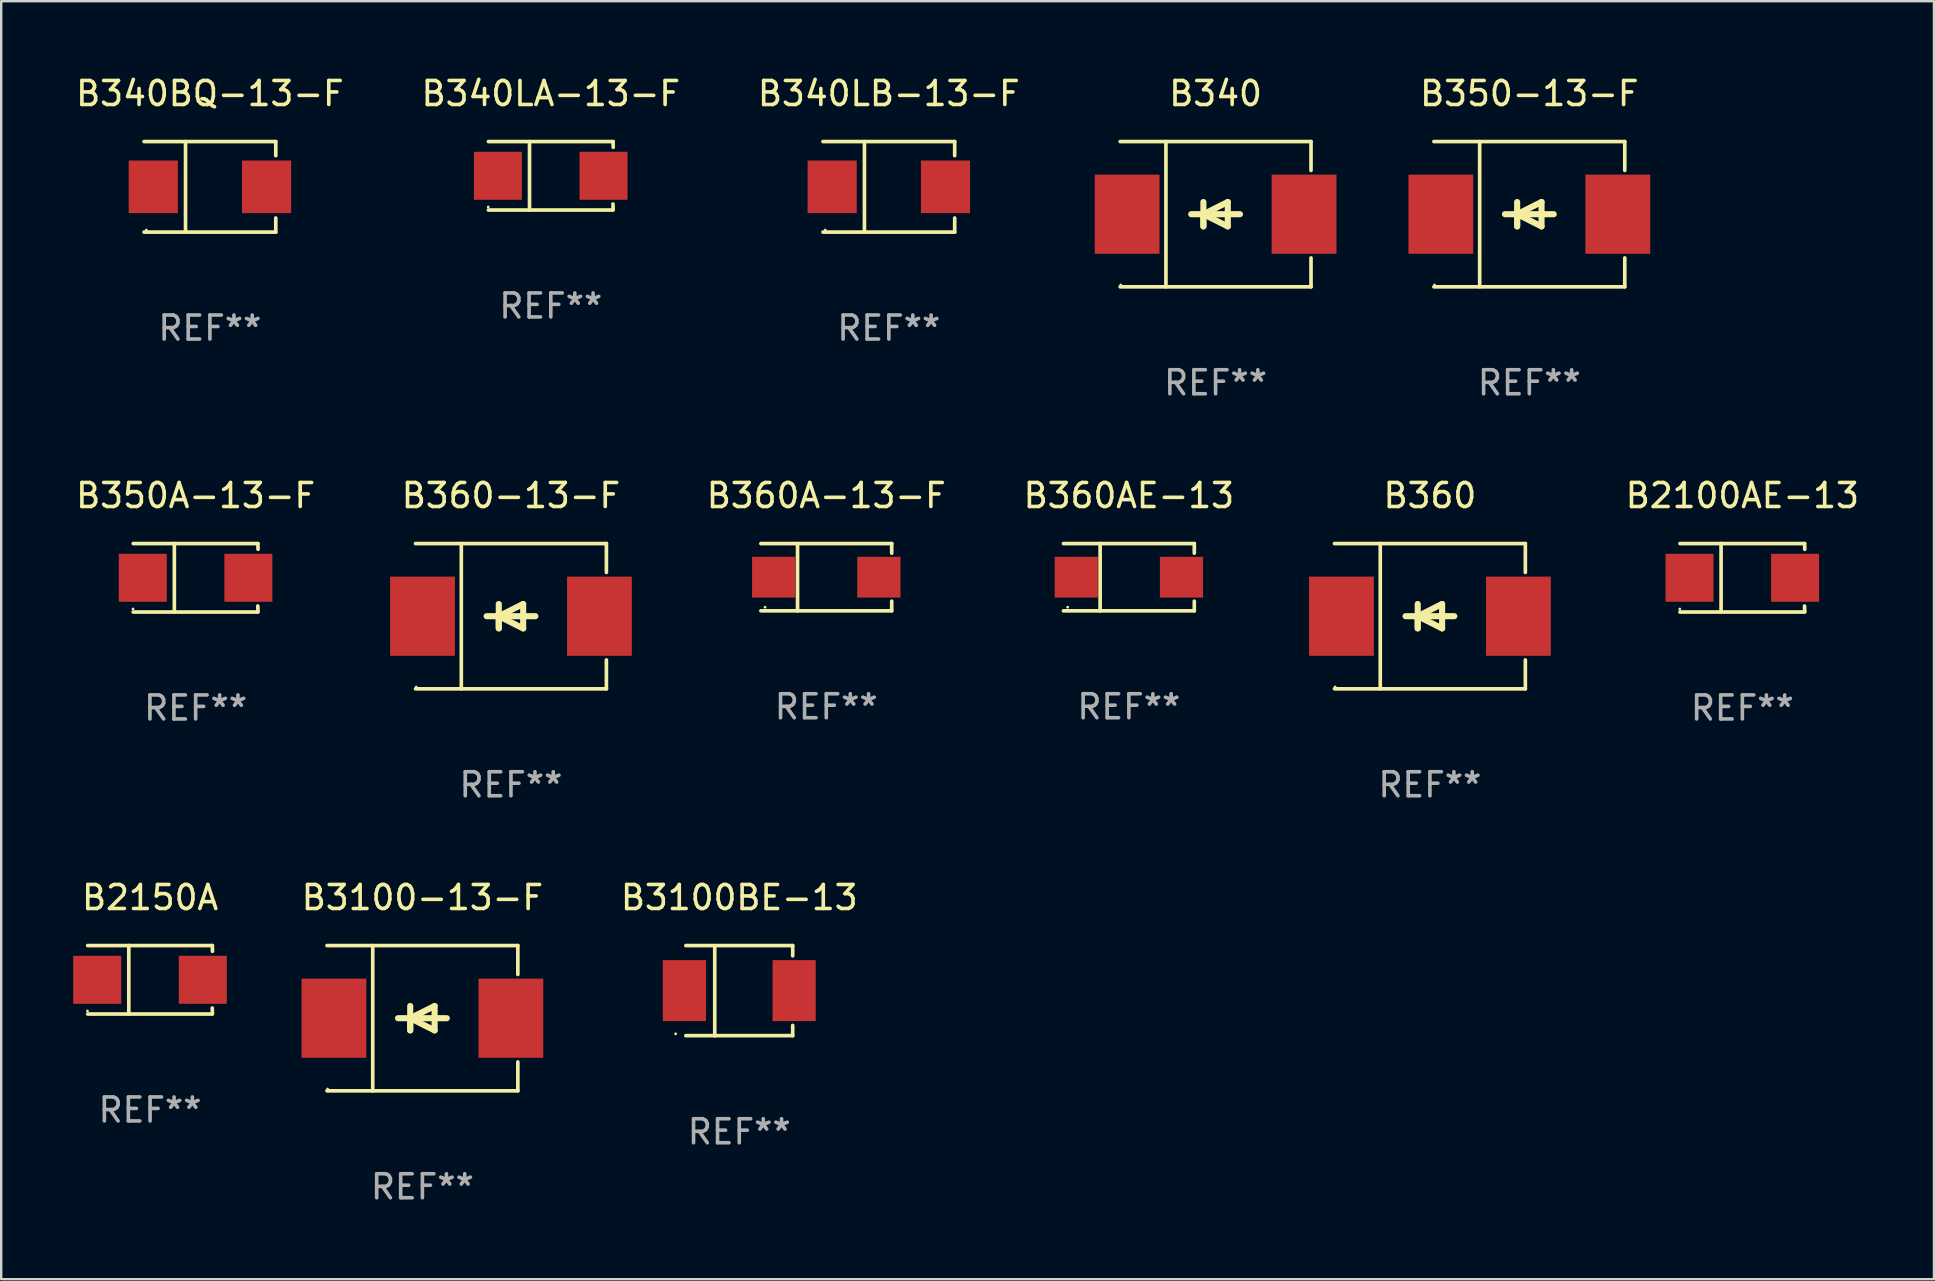
<source format=kicad_pcb>
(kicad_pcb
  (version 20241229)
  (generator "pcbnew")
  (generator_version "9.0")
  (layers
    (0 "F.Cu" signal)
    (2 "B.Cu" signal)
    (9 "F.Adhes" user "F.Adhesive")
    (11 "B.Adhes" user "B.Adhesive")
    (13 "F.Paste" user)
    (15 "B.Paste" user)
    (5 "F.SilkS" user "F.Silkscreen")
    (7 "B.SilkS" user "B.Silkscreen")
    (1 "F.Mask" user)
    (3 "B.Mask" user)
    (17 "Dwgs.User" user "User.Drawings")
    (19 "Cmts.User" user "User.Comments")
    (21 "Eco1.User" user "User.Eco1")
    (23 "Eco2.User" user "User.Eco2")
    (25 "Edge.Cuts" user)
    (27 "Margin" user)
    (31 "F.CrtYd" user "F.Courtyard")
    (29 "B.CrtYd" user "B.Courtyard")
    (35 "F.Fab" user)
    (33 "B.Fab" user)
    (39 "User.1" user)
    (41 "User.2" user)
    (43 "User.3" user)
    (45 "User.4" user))
  (footprint "B360"
    (layer "F.Cu")
    (at 56.526 22.623)
    (property "Reference" "B360" (at 0 -5.026 0) (layer "F.SilkS") (effects (font (size 1 1) (thickness 0.15))))
    (attr through_hole)
    (fp_line (start -3.976 -3.026) (end 3.976 -3.026) (stroke (width 0.152) (type solid)) (layer "F.SilkS"))
    (fp_line (start -3.976 3.026) (end 3.976 3.026) (stroke (width 0.152) (type solid)) (layer "F.SilkS"))
    (fp_line (start -2.069 -3.026) (end -2.069 3.026) (stroke (width 0.152) (type solid)) (layer "F.SilkS"))
    (fp_line (start -0.508 0) (end -0.508 0.508) (stroke (width 0.254) (type solid)) (layer "F.SilkS"))
    (fp_line (start -0.508 0) (end 0.508 0.508) (stroke (width 0.254) (type solid)) (layer "F.SilkS"))
    (fp_line (start -0.508 0.508) (end -0.508 -0.508) (stroke (width 0.254) (type solid)) (layer "F.SilkS"))
    (fp_line (start 0.508 -0.508) (end -0.508 0) (stroke (width 0.254) (type solid)) (layer "F.SilkS"))
    (fp_line (start 0.508 0.508) (end 0.508 -0.508) (stroke (width 0.254) (type solid)) (layer "F.SilkS"))
    (fp_line (start 1.016 0) (end -1.016 0) (stroke (width 0.254) (type solid)) (layer "F.SilkS"))
    (fp_line (start 3.976 -3.026) (end 3.976 -1.823) (stroke (width 0.152) (type solid)) (layer "F.SilkS"))
    (fp_line (start 3.976 3.026) (end 3.976 1.823) (stroke (width 0.152) (type solid)) (layer "F.SilkS"))
    (fp_circle (center -3.95 2.95) (end -3.92 2.95) (stroke (width 0.06) (type solid)) (fill no) (layer "F.SilkS"))
    (fp_text user "REF**" (at 0 7.026 0) (layer "F.Fab") (effects (font (size 1 1) (thickness 0.15))))
    (pad "1" smd rect (at -3.686 0) (size 2.7 3.3) (layers "F.Cu" "F.Mask" "F.Paste"))
    (pad "2" smd rect (at 3.686 0) (size 2.7 3.3) (layers "F.Cu" "F.Mask" "F.Paste")))
  (footprint "B350-13-F"
    (layer "F.Cu")
    (at 60.668 5.874)
    (property "Reference" "B350-13-F" (at 0 -5.026 0) (layer "F.SilkS") (effects (font (size 1 1) (thickness 0.15))))
    (attr through_hole)
    (fp_line (start -3.976 -3.026) (end 3.976 -3.026) (stroke (width 0.152) (type solid)) (layer "F.SilkS"))
    (fp_line (start -3.976 3.026) (end 3.976 3.026) (stroke (width 0.152) (type solid)) (layer "F.SilkS"))
    (fp_line (start -2.069 -3.026) (end -2.069 3.026) (stroke (width 0.152) (type solid)) (layer "F.SilkS"))
    (fp_line (start -0.508 0) (end -0.508 0.508) (stroke (width 0.254) (type solid)) (layer "F.SilkS"))
    (fp_line (start -0.508 0) (end 0.508 0.508) (stroke (width 0.254) (type solid)) (layer "F.SilkS"))
    (fp_line (start -0.508 0.508) (end -0.508 -0.508) (stroke (width 0.254) (type solid)) (layer "F.SilkS"))
    (fp_line (start 0.508 -0.508) (end -0.508 0) (stroke (width 0.254) (type solid)) (layer "F.SilkS"))
    (fp_line (start 0.508 0.508) (end 0.508 -0.508) (stroke (width 0.254) (type solid)) (layer "F.SilkS"))
    (fp_line (start 1.016 0) (end -1.016 0) (stroke (width 0.254) (type solid)) (layer "F.SilkS"))
    (fp_line (start 3.976 -3.026) (end 3.976 -1.823) (stroke (width 0.152) (type solid)) (layer "F.SilkS"))
    (fp_line (start 3.976 3.026) (end 3.976 1.823) (stroke (width 0.152) (type solid)) (layer "F.SilkS"))
    (fp_circle (center -3.95 2.95) (end -3.92 2.95) (stroke (width 0.06) (type solid)) (fill no) (layer "F.SilkS"))
    (fp_text user "REF**" (at 0 7.026 0) (layer "F.Fab") (effects (font (size 1 1) (thickness 0.15))))
    (pad "1" smd rect (at -3.686 0) (size 2.7 3.3) (layers "F.Cu" "F.Mask" "F.Paste"))
    (pad "2" smd rect (at 3.686 0) (size 2.7 3.3) (layers "F.Cu" "F.Mask" "F.Paste")))
  (footprint "B340BQ-13-F"
    (layer "F.Cu")
    (at 5.696 4.734)
    (property "Reference" "B340BQ-13-F" (at 0 -3.886 0) (layer "F.SilkS") (effects (font (size 1 1) (thickness 0.15))))
    (attr through_hole)
    (fp_line (start -2.744 -1.886) (end 2.744 -1.886) (stroke (width 0.152) (type solid)) (layer "F.SilkS"))
    (fp_line (start -2.744 1.886) (end 2.744 1.886) (stroke (width 0.152) (type solid)) (layer "F.SilkS"))
    (fp_line (start -1.016 -1.886) (end -1.016 1.886) (stroke (width 0.152) (type solid)) (layer "F.SilkS"))
    (fp_line (start 2.744 -1.886) (end 2.744 -1.299) (stroke (width 0.152) (type solid)) (layer "F.SilkS"))
    (fp_line (start 2.744 1.886) (end 2.744 1.299) (stroke (width 0.152) (type solid)) (layer "F.SilkS"))
    (fp_circle (center -2.65 1.8) (end -2.62 1.8) (stroke (width 0.06) (type solid)) (fill no) (layer "F.SilkS"))
    (fp_text user "REF**" (at 0 5.886 0) (layer "F.Fab") (effects (font (size 1 1) (thickness 0.15))))
    (pad "1" smd rect (at -2.361 0) (size 2.047 2.192) (layers "F.Cu" "F.Mask" "F.Paste"))
    (pad "2" smd rect (at 2.361 0) (size 2.047 2.192) (layers "F.Cu" "F.Mask" "F.Paste")))
  (footprint "B340"
    (layer "F.Cu")
    (at 47.596 5.874)
    (property "Reference" "B340" (at 0 -5.026 0) (layer "F.SilkS") (effects (font (size 1 1) (thickness 0.15))))
    (attr through_hole)
    (fp_line (start -3.976 -3.026) (end 3.976 -3.026) (stroke (width 0.152) (type solid)) (layer "F.SilkS"))
    (fp_line (start -3.976 3.026) (end 3.976 3.026) (stroke (width 0.152) (type solid)) (layer "F.SilkS"))
    (fp_line (start -2.069 -3.026) (end -2.069 3.026) (stroke (width 0.152) (type solid)) (layer "F.SilkS"))
    (fp_line (start -0.508 0) (end -0.508 0.508) (stroke (width 0.254) (type solid)) (layer "F.SilkS"))
    (fp_line (start -0.508 0) (end 0.508 0.508) (stroke (width 0.254) (type solid)) (layer "F.SilkS"))
    (fp_line (start -0.508 0.508) (end -0.508 -0.508) (stroke (width 0.254) (type solid)) (layer "F.SilkS"))
    (fp_line (start 0.508 -0.508) (end -0.508 0) (stroke (width 0.254) (type solid)) (layer "F.SilkS"))
    (fp_line (start 0.508 0.508) (end 0.508 -0.508) (stroke (width 0.254) (type solid)) (layer "F.SilkS"))
    (fp_line (start 1.016 0) (end -1.016 0) (stroke (width 0.254) (type solid)) (layer "F.SilkS"))
    (fp_line (start 3.976 -3.026) (end 3.976 -1.823) (stroke (width 0.152) (type solid)) (layer "F.SilkS"))
    (fp_line (start 3.976 3.026) (end 3.976 1.823) (stroke (width 0.152) (type solid)) (layer "F.SilkS"))
    (fp_circle (center -3.95 2.95) (end -3.92 2.95) (stroke (width 0.06) (type solid)) (fill no) (layer "F.SilkS"))
    (fp_text user "REF**" (at 0 7.026 0) (layer "F.Fab") (effects (font (size 1 1) (thickness 0.15))))
    (pad "1" smd rect (at -3.686 0) (size 2.7 3.3) (layers "F.Cu" "F.Mask" "F.Paste"))
    (pad "2" smd rect (at 3.686 0) (size 2.7 3.3) (layers "F.Cu" "F.Mask" "F.Paste")))
  (footprint "B350A-13-F"
    (layer "F.Cu")
    (at 5.101 21.023)
    (property "Reference" "B350A-13-F" (at 0 -3.426 0) (layer "F.SilkS") (effects (font (size 1 1) (thickness 0.15))))
    (attr through_hole)
    (fp_line (start -2.6 -1.426) (end 2.593 -1.426) (stroke (width 0.152) (type solid)) (layer "F.SilkS"))
    (fp_line (start -2.6 1.426) (end 2.593 1.426) (stroke (width 0.152) (type solid)) (layer "F.SilkS"))
    (fp_line (start -0.887 -1.426) (end -0.887 1.426) (stroke (width 0.152) (type solid)) (layer "F.SilkS"))
    (fp_line (start 2.59 1.176) (end 2.597 1.415) (stroke (width 0.152) (type solid)) (layer "F.SilkS"))
    (fp_line (start 2.593 -1.426) (end 2.6 -1.187) (stroke (width 0.152) (type solid)) (layer "F.SilkS"))
    (fp_circle (center -2.608 1.3) (end -2.578 1.3) (stroke (width 0.06) (type solid)) (fill no) (layer "F.SilkS"))
    (fp_text user "REF**" (at 0 5.426 0) (layer "F.Fab") (effects (font (size 1 1) (thickness 0.15))))
    (pad "1" smd rect (at -2.203 0 180) (size 2 2) (layers "F.Cu" "F.Mask" "F.Paste"))
    (pad "2" smd rect (at 2.197 0 180) (size 2 2) (layers "F.Cu" "F.Mask" "F.Paste")))
  (footprint "B2100AE-13"
    (layer "F.Cu")
    (at 69.544 21.023)
    (property "Reference" "B2100AE-13" (at 0 -3.426 0) (layer "F.SilkS") (effects (font (size 1 1) (thickness 0.15))))
    (attr through_hole)
    (fp_line (start -2.6 -1.426) (end 2.593 -1.426) (stroke (width 0.152) (type solid)) (layer "F.SilkS"))
    (fp_line (start -2.6 1.426) (end 2.593 1.426) (stroke (width 0.152) (type solid)) (layer "F.SilkS"))
    (fp_line (start -0.887 -1.426) (end -0.887 1.426) (stroke (width 0.152) (type solid)) (layer "F.SilkS"))
    (fp_line (start 2.59 1.176) (end 2.597 1.415) (stroke (width 0.152) (type solid)) (layer "F.SilkS"))
    (fp_line (start 2.593 -1.426) (end 2.6 -1.187) (stroke (width 0.152) (type solid)) (layer "F.SilkS"))
    (fp_circle (center -2.608 1.3) (end -2.578 1.3) (stroke (width 0.06) (type solid)) (fill no) (layer "F.SilkS"))
    (fp_text user "REF**" (at 0 5.426 0) (layer "F.Fab") (effects (font (size 1 1) (thickness 0.15))))
    (pad "1" smd rect (at -2.203 0 180) (size 2 2) (layers "F.Cu" "F.Mask" "F.Paste"))
    (pad "2" smd rect (at 2.197 0 180) (size 2 2) (layers "F.Cu" "F.Mask" "F.Paste")))
  (footprint "B360A-13-F"
    (layer "F.Cu")
    (at 31.376 20.998)
    (property "Reference" "B360A-13-F" (at 0 -3.401 0) (layer "F.SilkS") (effects (font (size 1 1) (thickness 0.15))))
    (attr through_hole)
    (fp_line (start -2.726 -1.401) (end 2.726 -1.401) (stroke (width 0.152) (type solid)) (layer "F.SilkS"))
    (fp_line (start -2.726 1.401) (end 2.726 1.401) (stroke (width 0.152) (type solid)) (layer "F.SilkS"))
    (fp_line (start -1.197 -1.401) (end -1.197 1.401) (stroke (width 0.152) (type solid)) (layer "F.SilkS"))
    (fp_line (start 2.726 -1.401) (end 2.726 -1) (stroke (width 0.152) (type solid)) (layer "F.SilkS"))
    (fp_line (start 2.726 1.401) (end 2.726 1) (stroke (width 0.152) (type solid)) (layer "F.SilkS"))
    (fp_circle (center -2.55 1.25) (end -2.52 1.25) (stroke (width 0.06) (type solid)) (fill no) (layer "F.SilkS"))
    (fp_text user "REF**" (at 0 5.401 0) (layer "F.Fab") (effects (font (size 1 1) (thickness 0.15))))
    (pad "1" smd rect (at -2.192 0) (size 1.8 1.7) (layers "F.Cu" "F.Mask" "F.Paste"))
    (pad "2" smd rect (at 2.192 0) (size 1.8 1.7) (layers "F.Cu" "F.Mask" "F.Paste")))
  (footprint "B340LB-13-F"
    (layer "F.Cu")
    (at 33.982 4.734)
    (property "Reference" "B340LB-13-F" (at 0 -3.886 0) (layer "F.SilkS") (effects (font (size 1 1) (thickness 0.15))))
    (attr through_hole)
    (fp_line (start -2.744 -1.886) (end 2.744 -1.886) (stroke (width 0.152) (type solid)) (layer "F.SilkS"))
    (fp_line (start -2.744 1.886) (end 2.744 1.886) (stroke (width 0.152) (type solid)) (layer "F.SilkS"))
    (fp_line (start -1.016 -1.886) (end -1.016 1.886) (stroke (width 0.152) (type solid)) (layer "F.SilkS"))
    (fp_line (start 2.744 -1.886) (end 2.744 -1.299) (stroke (width 0.152) (type solid)) (layer "F.SilkS"))
    (fp_line (start 2.744 1.886) (end 2.744 1.299) (stroke (width 0.152) (type solid)) (layer "F.SilkS"))
    (fp_circle (center -2.65 1.8) (end -2.62 1.8) (stroke (width 0.06) (type solid)) (fill no) (layer "F.SilkS"))
    (fp_text user "REF**" (at 0 5.886 0) (layer "F.Fab") (effects (font (size 1 1) (thickness 0.15))))
    (pad "1" smd rect (at -2.361 0) (size 2.047 2.192) (layers "F.Cu" "F.Mask" "F.Paste"))
    (pad "2" smd rect (at 2.361 0) (size 2.047 2.192) (layers "F.Cu" "F.Mask" "F.Paste")))
  (footprint "B360AE-13"
    (layer "F.Cu")
    (at 43.983 20.998)
    (property "Reference" "B360AE-13" (at 0 -3.401 0) (layer "F.SilkS") (effects (font (size 1 1) (thickness 0.15))))
    (attr through_hole)
    (fp_line (start -2.726 -1.401) (end 2.726 -1.401) (stroke (width 0.152) (type solid)) (layer "F.SilkS"))
    (fp_line (start -2.726 1.401) (end 2.726 1.401) (stroke (width 0.152) (type solid)) (layer "F.SilkS"))
    (fp_line (start -1.197 -1.401) (end -1.197 1.401) (stroke (width 0.152) (type solid)) (layer "F.SilkS"))
    (fp_line (start 2.726 -1.401) (end 2.726 -1) (stroke (width 0.152) (type solid)) (layer "F.SilkS"))
    (fp_line (start 2.726 1.401) (end 2.726 1) (stroke (width 0.152) (type solid)) (layer "F.SilkS"))
    (fp_circle (center -2.55 1.25) (end -2.52 1.25) (stroke (width 0.06) (type solid)) (fill no) (layer "F.SilkS"))
    (fp_text user "REF**" (at 0 5.401 0) (layer "F.Fab") (effects (font (size 1 1) (thickness 0.15))))
    (pad "1" smd rect (at -2.192 0) (size 1.8 1.7) (layers "F.Cu" "F.Mask" "F.Paste"))
    (pad "2" smd rect (at 2.192 0) (size 1.8 1.7) (layers "F.Cu" "F.Mask" "F.Paste")))
  (footprint "B3100-13-F"
    (layer "F.Cu")
    (at 14.549 39.372)
    (property "Reference" "B3100-13-F" (at 0 -5.026 0) (layer "F.SilkS") (effects (font (size 1 1) (thickness 0.15))))
    (attr through_hole)
    (fp_line (start -3.976 -3.026) (end 3.976 -3.026) (stroke (width 0.152) (type solid)) (layer "F.SilkS"))
    (fp_line (start -3.976 3.026) (end 3.976 3.026) (stroke (width 0.152) (type solid)) (layer "F.SilkS"))
    (fp_line (start -2.069 -3.026) (end -2.069 3.026) (stroke (width 0.152) (type solid)) (layer "F.SilkS"))
    (fp_line (start -0.508 0) (end -0.508 0.508) (stroke (width 0.254) (type solid)) (layer "F.SilkS"))
    (fp_line (start -0.508 0) (end 0.508 0.508) (stroke (width 0.254) (type solid)) (layer "F.SilkS"))
    (fp_line (start -0.508 0.508) (end -0.508 -0.508) (stroke (width 0.254) (type solid)) (layer "F.SilkS"))
    (fp_line (start 0.508 -0.508) (end -0.508 0) (stroke (width 0.254) (type solid)) (layer "F.SilkS"))
    (fp_line (start 0.508 0.508) (end 0.508 -0.508) (stroke (width 0.254) (type solid)) (layer "F.SilkS"))
    (fp_line (start 1.016 0) (end -1.016 0) (stroke (width 0.254) (type solid)) (layer "F.SilkS"))
    (fp_line (start 3.976 -3.026) (end 3.976 -1.823) (stroke (width 0.152) (type solid)) (layer "F.SilkS"))
    (fp_line (start 3.976 3.026) (end 3.976 1.823) (stroke (width 0.152) (type solid)) (layer "F.SilkS"))
    (fp_circle (center -3.95 2.95) (end -3.92 2.95) (stroke (width 0.06) (type solid)) (fill no) (layer "F.SilkS"))
    (fp_text user "REF**" (at 0 7.026 0) (layer "F.Fab") (effects (font (size 1 1) (thickness 0.15))))
    (pad "1" smd rect (at -3.686 0) (size 2.7 3.3) (layers "F.Cu" "F.Mask" "F.Paste"))
    (pad "2" smd rect (at 3.686 0) (size 2.7 3.3) (layers "F.Cu" "F.Mask" "F.Paste")))
  (footprint "B360-13-F"
    (layer "F.Cu")
    (at 18.239 22.623)
    (property "Reference" "B360-13-F" (at 0 -5.026 0) (layer "F.SilkS") (effects (font (size 1 1) (thickness 0.15))))
    (attr through_hole)
    (fp_line (start -3.976 -3.026) (end 3.976 -3.026) (stroke (width 0.152) (type solid)) (layer "F.SilkS"))
    (fp_line (start -3.976 3.026) (end 3.976 3.026) (stroke (width 0.152) (type solid)) (layer "F.SilkS"))
    (fp_line (start -2.069 -3.026) (end -2.069 3.026) (stroke (width 0.152) (type solid)) (layer "F.SilkS"))
    (fp_line (start -0.508 0) (end -0.508 0.508) (stroke (width 0.254) (type solid)) (layer "F.SilkS"))
    (fp_line (start -0.508 0) (end 0.508 0.508) (stroke (width 0.254) (type solid)) (layer "F.SilkS"))
    (fp_line (start -0.508 0.508) (end -0.508 -0.508) (stroke (width 0.254) (type solid)) (layer "F.SilkS"))
    (fp_line (start 0.508 -0.508) (end -0.508 0) (stroke (width 0.254) (type solid)) (layer "F.SilkS"))
    (fp_line (start 0.508 0.508) (end 0.508 -0.508) (stroke (width 0.254) (type solid)) (layer "F.SilkS"))
    (fp_line (start 1.016 0) (end -1.016 0) (stroke (width 0.254) (type solid)) (layer "F.SilkS"))
    (fp_line (start 3.976 -3.026) (end 3.976 -1.823) (stroke (width 0.152) (type solid)) (layer "F.SilkS"))
    (fp_line (start 3.976 3.026) (end 3.976 1.823) (stroke (width 0.152) (type solid)) (layer "F.SilkS"))
    (fp_circle (center -3.95 2.95) (end -3.92 2.95) (stroke (width 0.06) (type solid)) (fill no) (layer "F.SilkS"))
    (fp_text user "REF**" (at 0 7.026 0) (layer "F.Fab") (effects (font (size 1 1) (thickness 0.15))))
    (pad "1" smd rect (at -3.686 0) (size 2.7 3.3) (layers "F.Cu" "F.Mask" "F.Paste"))
    (pad "2" smd rect (at 3.686 0) (size 2.7 3.3) (layers "F.Cu" "F.Mask" "F.Paste")))
  (footprint "B2150A"
    (layer "F.Cu")
    (at 3.203 37.772)
    (property "Reference" "B2150A" (at 0 -3.426 0) (layer "F.SilkS") (effects (font (size 1 1) (thickness 0.15))))
    (attr through_hole)
    (fp_line (start -2.6 -1.426) (end 2.593 -1.426) (stroke (width 0.152) (type solid)) (layer "F.SilkS"))
    (fp_line (start -2.6 1.426) (end 2.593 1.426) (stroke (width 0.152) (type solid)) (layer "F.SilkS"))
    (fp_line (start -0.887 -1.426) (end -0.887 1.426) (stroke (width 0.152) (type solid)) (layer "F.SilkS"))
    (fp_line (start 2.59 1.176) (end 2.597 1.415) (stroke (width 0.152) (type solid)) (layer "F.SilkS"))
    (fp_line (start 2.593 -1.426) (end 2.6 -1.187) (stroke (width 0.152) (type solid)) (layer "F.SilkS"))
    (fp_circle (center -2.608 1.3) (end -2.578 1.3) (stroke (width 0.06) (type solid)) (fill no) (layer "F.SilkS"))
    (fp_text user "REF**" (at 0 5.426 0) (layer "F.Fab") (effects (font (size 1 1) (thickness 0.15))))
    (pad "1" smd rect (at -2.203 0 180) (size 2 2) (layers "F.Cu" "F.Mask" "F.Paste"))
    (pad "2" smd rect (at 2.197 0 180) (size 2 2) (layers "F.Cu" "F.Mask" "F.Paste")))
  (footprint "B3100BE-13"
    (layer "F.Cu")
    (at 27.751 38.226)
    (property "Reference" "B3100BE-13" (at 0 -3.88 0) (layer "F.SilkS") (effects (font (size 1 1) (thickness 0.15))))
    (attr through_hole)
    (fp_line (start -2.226 -1.88) (end 2.226 -1.88) (stroke (width 0.152) (type solid)) (layer "F.SilkS"))
    (fp_line (start -2.226 1.873) (end 2.226 1.873) (stroke (width 0.152) (type solid)) (layer "F.SilkS"))
    (fp_line (start -1.022 -1.873) (end -1.022 1.88) (stroke (width 0.152) (type solid)) (layer "F.SilkS"))
    (fp_line (start 2.226 -1.88) (end 2.226 -1.453) (stroke (width 0.152) (type solid)) (layer "F.SilkS"))
    (fp_line (start 2.226 1.447) (end 2.226 1.873) (stroke (width 0.152) (type solid)) (layer "F.SilkS"))
    (fp_circle (center -2.65 1.797) (end -2.62 1.797) (stroke (width 0.06) (type solid)) (fill no) (layer "F.SilkS"))
    (fp_text user "REF**" (at 0 5.88 0) (layer "F.Fab") (effects (font (size 1 1) (thickness 0.15))))
    (pad "1" smd rect (at -2.285 -0.003) (size 1.8 2.54) (layers "F.Cu" "F.Mask" "F.Paste"))
    (pad "2" smd rect (at 2.285 -0.003) (size 1.8 2.54) (layers "F.Cu" "F.Mask" "F.Paste")))
  (footprint "B340LA-13-F"
    (layer "F.Cu")
    (at 19.899 4.274)
    (property "Reference" "B340LA-13-F" (at 0 -3.426 0) (layer "F.SilkS") (effects (font (size 1 1) (thickness 0.15))))
    (attr through_hole)
    (fp_line (start -2.6 -1.426) (end 2.593 -1.426) (stroke (width 0.152) (type solid)) (layer "F.SilkS"))
    (fp_line (start -2.6 1.426) (end 2.593 1.426) (stroke (width 0.152) (type solid)) (layer "F.SilkS"))
    (fp_line (start -0.887 -1.426) (end -0.887 1.426) (stroke (width 0.152) (type solid)) (layer "F.SilkS"))
    (fp_line (start 2.59 1.176) (end 2.597 1.415) (stroke (width 0.152) (type solid)) (layer "F.SilkS"))
    (fp_line (start 2.593 -1.426) (end 2.6 -1.187) (stroke (width 0.152) (type solid)) (layer "F.SilkS"))
    (fp_circle (center -2.608 1.3) (end -2.578 1.3) (stroke (width 0.06) (type solid)) (fill no) (layer "F.SilkS"))
    (fp_text user "REF**" (at 0 5.426 0) (layer "F.Fab") (effects (font (size 1 1) (thickness 0.15))))
    (pad "1" smd rect (at -2.203 0 180) (size 2 2) (layers "F.Cu" "F.Mask" "F.Paste"))
    (pad "2" smd rect (at 2.197 0 180) (size 2 2) (layers "F.Cu" "F.Mask" "F.Paste")))
  (gr_rect
    (start -3 -3)
    (end 77.526 50.247)
    (stroke (width 0.1) (type default))
    (fill no)
    (layer "Edge.Cuts")))
</source>
